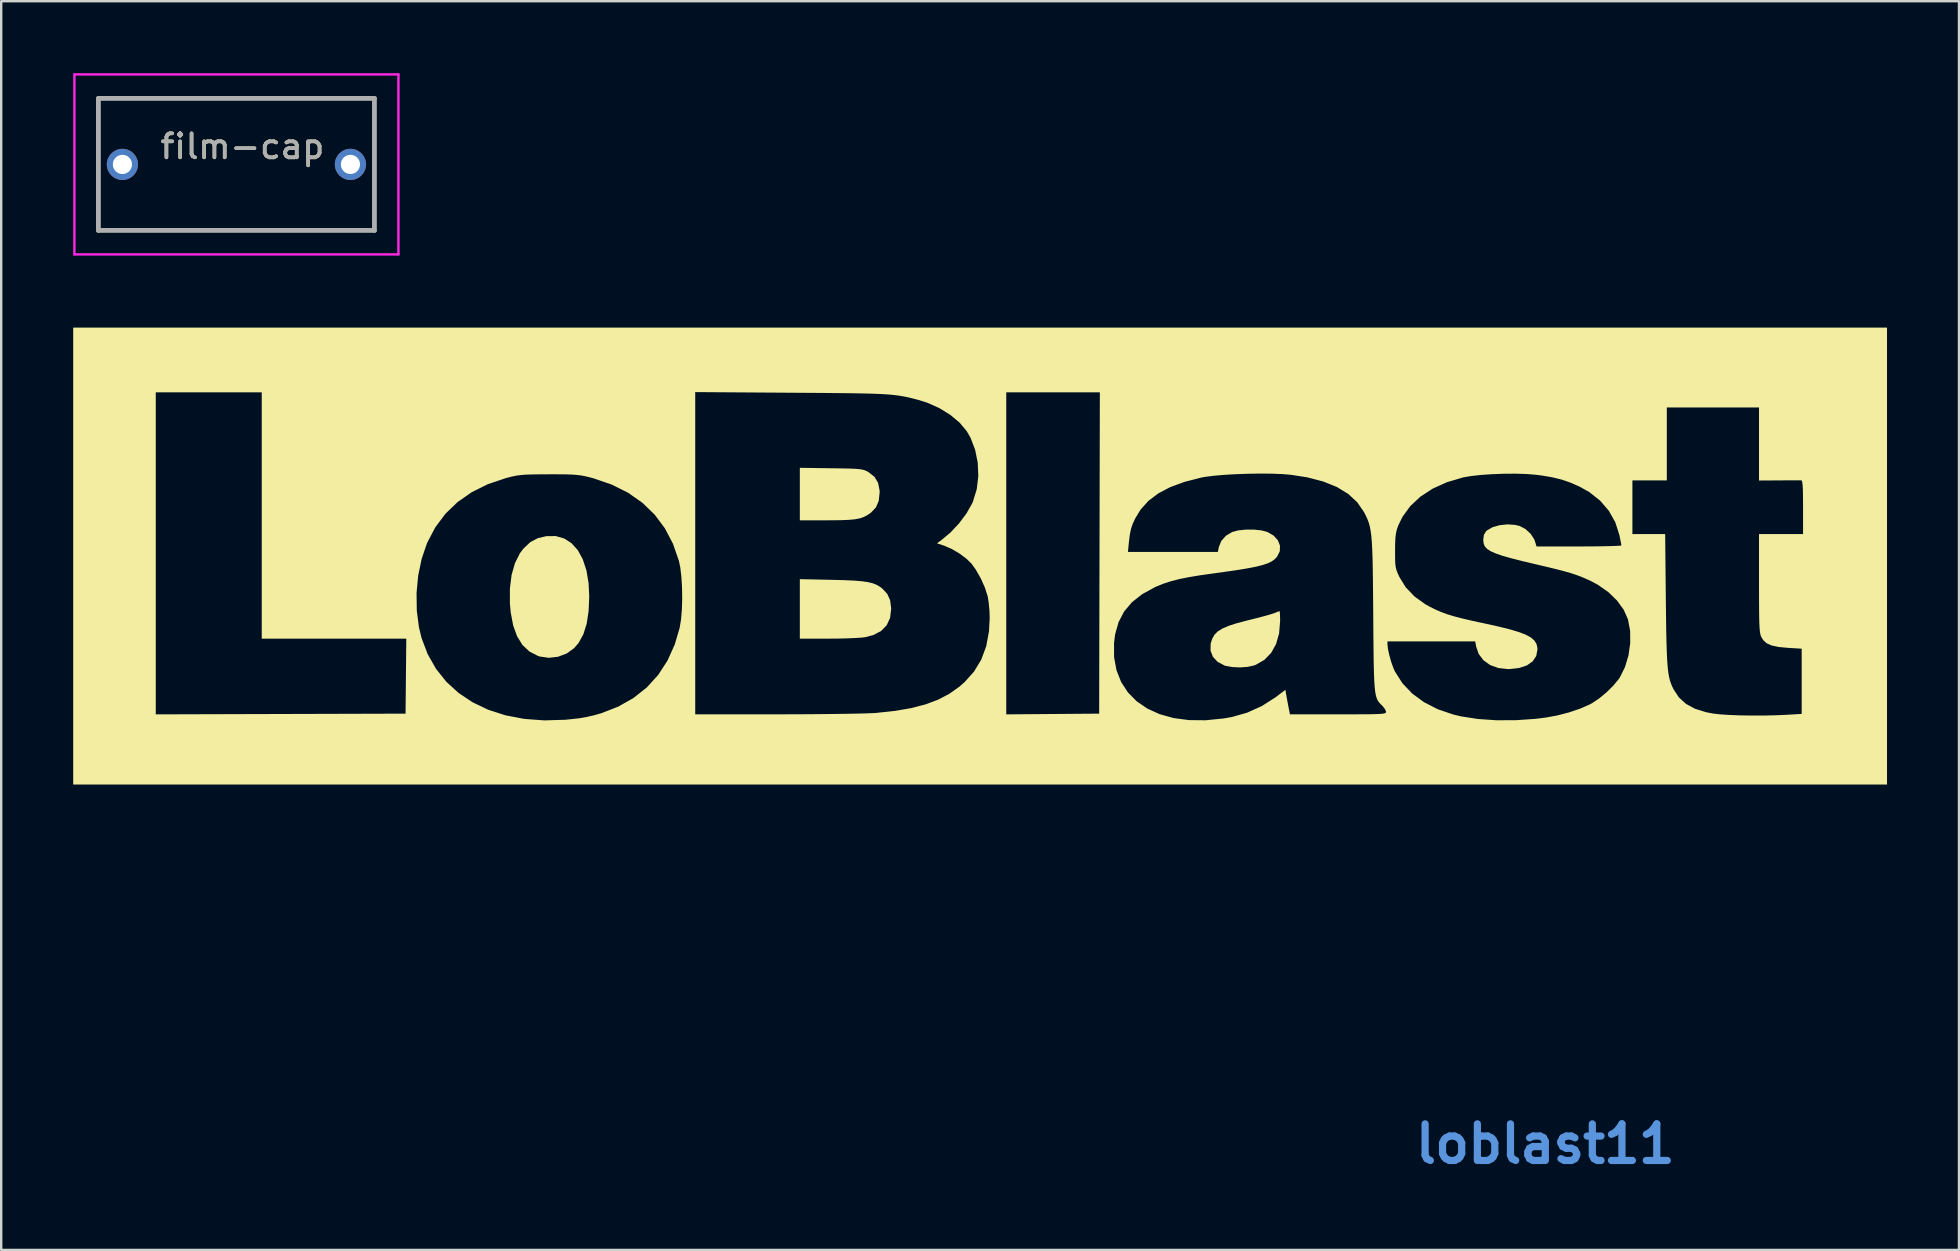
<source format=kicad_pcb>
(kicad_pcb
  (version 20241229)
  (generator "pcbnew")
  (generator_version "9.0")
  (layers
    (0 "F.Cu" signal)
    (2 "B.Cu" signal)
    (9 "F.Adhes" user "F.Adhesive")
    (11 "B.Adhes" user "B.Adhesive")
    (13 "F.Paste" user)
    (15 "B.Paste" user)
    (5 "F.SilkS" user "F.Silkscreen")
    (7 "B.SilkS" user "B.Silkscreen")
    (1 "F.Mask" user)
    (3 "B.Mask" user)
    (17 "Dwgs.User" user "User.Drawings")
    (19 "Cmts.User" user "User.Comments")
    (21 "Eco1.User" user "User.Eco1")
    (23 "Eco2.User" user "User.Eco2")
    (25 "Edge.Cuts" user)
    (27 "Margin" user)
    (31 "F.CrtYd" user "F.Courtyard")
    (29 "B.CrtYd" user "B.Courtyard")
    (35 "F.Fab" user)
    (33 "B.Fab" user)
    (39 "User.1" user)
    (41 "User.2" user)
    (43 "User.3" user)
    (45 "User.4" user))
  (footprint "film-cap"
    (layer "F.Cu")
    (at 7.05 3.55)
    (property "Reference" "film-cap" (at 0 -0.5 0) (unlocked yes) (layer "F.SilkS") (effects (font (size 1 1) (thickness 0.15))))
    (attr through_hole)
    (fp_line (start -6 -2.5) (end 5.5 -2.5) (stroke (width 0.1) (type solid)) (layer "F.SilkS"))
    (fp_line (start -6 3) (end -6 -2.5) (stroke (width 0.1) (type solid)) (layer "F.SilkS"))
    (fp_line (start 5.5 -2.5) (end 5.5 3) (stroke (width 0.1) (type solid)) (layer "F.SilkS"))
    (fp_line (start 5.5 3) (end -6 3) (stroke (width 0.1) (type solid)) (layer "F.SilkS"))
    (fp_line (start -7 -3.5) (end 6.5 -3.5) (stroke (width 0.1) (type solid)) (layer "F.CrtYd"))
    (fp_line (start -7 4) (end -7 -3.5) (stroke (width 0.1) (type solid)) (layer "F.CrtYd"))
    (fp_line (start 6.5 -3.5) (end 6.5 4) (stroke (width 0.1) (type solid)) (layer "F.CrtYd"))
    (fp_line (start 6.5 4) (end -7 4) (stroke (width 0.1) (type solid)) (layer "F.CrtYd"))
    (fp_line (start -6 -2.5) (end 5.5 -2.5) (stroke (width 0.2) (type solid)) (layer "F.Fab"))
    (fp_line (start -6 3) (end -6 -2.5) (stroke (width 0.2) (type solid)) (layer "F.Fab"))
    (fp_line (start 5.5 -2.5) (end 5.5 3) (stroke (width 0.2) (type solid)) (layer "F.Fab"))
    (fp_line (start 5.5 3) (end -6 3) (stroke (width 0.2) (type solid)) (layer "F.Fab"))
    (fp_text user "${REFERENCE}" (at 0 -0.5 0) (unlocked yes) (layer "F.Fab") (effects (font (size 1 1) (thickness 0.15))))
    (pad "1" thru_hole circle (at -5 0.25) (size 1.3 1.3) (drill 0.8) (layers "*.Cu" "*.Mask"))
    (pad "2" thru_hole circle (at 4.5 0.25) (size 1.3 1.3) (drill 0.8) (layers "*.Cu" "*.Mask")))
  (footprint "loblast11"
    (layer "F.Cu")
    (at 39.333 21.609)
    (property "Reference" "loblast11" (at 22 23 0) (layer "Cmts.User") (effects (font (size 1.524 1.524) (thickness 0.3))))
    (attr board_only exclude_from_pos_files exclude_from_bom)
    (fp_poly (pts (xy -7.726 -0.501) (xy -7.215 -0.488) (xy -6.803 -0.469) (xy -6.475 -0.442) (xy -6.217 -0.405) (xy -6.014 -0.355) (xy -5.85 -0.289) (xy -5.71 -0.205) (xy -5.62 -0.135) (xy -5.415 0.087) (xy -5.297 0.348) (xy -5.255 0.674) (xy -5.254 0.718) (xy -5.3 1.088) (xy -5.44 1.392) (xy -5.672 1.629) (xy -5.998 1.799) (xy -6.332 1.888) (xy -6.495 1.907) (xy -6.748 1.923) (xy -7.069 1.937) (xy -7.432 1.946) (xy -7.815 1.949) (xy -7.866 1.949) (xy -9.059 1.949) (xy -9.059 -0.529)) (stroke (width 0) (type solid)) (fill yes) (layer "F.SilkS"))
    (fp_poly (pts (xy -7.755 -5.15) (xy -7.334 -5.144) (xy -7.012 -5.137) (xy -6.77 -5.128) (xy -6.594 -5.115) (xy -6.465 -5.096) (xy -6.367 -5.07) (xy -6.284 -5.035) (xy -6.199 -4.989) (xy -6.198 -4.988) (xy -5.95 -4.794) (xy -5.798 -4.542) (xy -5.736 -4.223) (xy -5.734 -4.142) (xy -5.771 -3.793) (xy -5.889 -3.518) (xy -6.09 -3.306) (xy -6.238 -3.202) (xy -6.387 -3.122) (xy -6.554 -3.064) (xy -6.759 -3.024) (xy -7.018 -3) (xy -7.351 -2.986) (xy -7.775 -2.982) (xy -7.92 -2.981) (xy -9.059 -2.981) (xy -9.059 -5.168)) (stroke (width 0) (type solid)) (fill yes) (layer "F.SilkS"))
    (fp_poly (pts (xy -18.875 -2.223) (xy -18.567 -2.024) (xy -18.308 -1.734) (xy -18.102 -1.356) (xy -17.951 -0.897) (xy -17.86 -0.362) (xy -17.833 0.196) (xy -17.86 0.812) (xy -17.941 1.334) (xy -18.078 1.768) (xy -18.273 2.123) (xy -18.463 2.345) (xy -18.77 2.567) (xy -19.13 2.703) (xy -19.514 2.748) (xy -19.891 2.695) (xy -19.967 2.67) (xy -20.322 2.488) (xy -20.612 2.217) (xy -20.838 1.855) (xy -21.003 1.399) (xy -21.106 0.849) (xy -21.138 0.487) (xy -21.139 -0.141) (xy -21.068 -0.707) (xy -20.926 -1.201) (xy -20.717 -1.615) (xy -20.568 -1.81) (xy -20.288 -2.071) (xy -19.978 -2.236) (xy -19.618 -2.321) (xy -19.226 -2.324)) (stroke (width 0) (type solid)) (fill yes) (layer "F.SilkS"))
    (fp_poly (pts (xy 10.94 0.855) (xy 10.948 0.994) (xy 10.951 1.191) (xy 10.951 1.222) (xy 10.909 1.732) (xy 10.783 2.174) (xy 10.578 2.542) (xy 10.297 2.832) (xy 9.944 3.036) (xy 9.865 3.066) (xy 9.604 3.125) (xy 9.286 3.148) (xy 8.964 3.134) (xy 8.687 3.085) (xy 8.634 3.068) (xy 8.346 2.916) (xy 8.15 2.704) (xy 8.052 2.447) (xy 8.057 2.157) (xy 8.126 1.944) (xy 8.218 1.785) (xy 8.353 1.649) (xy 8.545 1.529) (xy 8.806 1.416) (xy 9.152 1.305) (xy 9.596 1.188) (xy 9.666 1.171) (xy 9.98 1.093) (xy 10.27 1.017) (xy 10.509 0.95) (xy 10.672 0.899) (xy 10.712 0.885) (xy 10.845 0.831) (xy 10.924 0.804) (xy 10.93 0.803)) (stroke (width 0) (type solid)) (fill yes) (layer "F.SilkS"))
    (fp_poly (pts (xy 36.237 8.027) (xy -39.333 8.027) (xy -39.333 5.104) (xy -35.893 5.104) (xy -30.689 5.089) (xy -25.486 5.074) (xy -25.471 3.512) (xy -25.455 1.949) (xy -31.478 1.949) (xy -31.478 0.052) (xy -25.028 0.052) (xy -25.018 0.779) (xy -24.928 1.477) (xy -24.82 1.921) (xy -24.563 2.598) (xy -24.216 3.208) (xy -23.786 3.747) (xy -23.276 4.212) (xy -22.691 4.602) (xy -22.037 4.914) (xy -21.319 5.145) (xy -20.54 5.293) (xy -19.707 5.355) (xy -18.824 5.329) (xy -18.233 5.265) (xy -17.955 5.216) (xy -17.637 5.143) (xy -17.497 5.104) (xy -0.459 5.104) (xy 1.476 5.089) (xy 3.412 5.074) (xy 3.418 2.125) (xy 4.032 2.125) (xy 4.034 2.723) (xy 4.135 3.268) (xy 4.329 3.758) (xy 4.61 4.189) (xy 4.975 4.558) (xy 5.416 4.861) (xy 5.929 5.095) (xy 6.508 5.257) (xy 7.149 5.343) (xy 7.846 5.35) (xy 8.593 5.275) (xy 8.939 5.215) (xy 9.574 5.035) (xy 10.193 4.756) (xy 10.767 4.389) (xy 10.788 4.373) (xy 11.17 4.083) (xy 11.206 4.292) (xy 11.239 4.476) (xy 11.282 4.701) (xy 11.301 4.802) (xy 11.361 5.103) (xy 13.363 5.103) (xy 13.896 5.103) (xy 14.325 5.101) (xy 14.661 5.099) (xy 14.916 5.094) (xy 15.102 5.086) (xy 15.228 5.076) (xy 15.306 5.061) (xy 15.348 5.042) (xy 15.364 5.018) (xy 15.366 4.999) (xy 15.327 4.895) (xy 15.229 4.766) (xy 15.195 4.731) (xy 15.125 4.662) (xy 15.065 4.595) (xy 15.015 4.519) (xy 14.973 4.425) (xy 14.939 4.305) (xy 14.911 4.148) (xy 14.89 3.946) (xy 14.873 3.689) (xy 14.861 3.368) (xy 14.851 2.973) (xy 14.844 2.496) (xy 14.84 2.064) (xy 15.423 2.064) (xy 15.424 2.193) (xy 15.447 2.393) (xy 15.505 2.655) (xy 15.585 2.935) (xy 15.678 3.191) (xy 15.734 3.316) (xy 16.044 3.803) (xy 16.449 4.231) (xy 16.942 4.594) (xy 17.517 4.889) (xy 18.167 5.111) (xy 18.491 5.188) (xy 19.185 5.296) (xy 19.95 5.349) (xy 20.758 5.348) (xy 21.578 5.292) (xy 22.017 5.238) (xy 22.507 5.148) (xy 23 5.019) (xy 23.459 4.863) (xy 23.85 4.691) (xy 23.954 4.635) (xy 24.248 4.438) (xy 24.552 4.185) (xy 24.833 3.908) (xy 25.055 3.639) (xy 25.104 3.568) (xy 25.319 3.137) (xy 25.466 2.646) (xy 25.539 2.13) (xy 25.534 1.62) (xy 25.445 1.151) (xy 25.442 1.141) (xy 25.266 0.744) (xy 24.989 0.362) (xy 24.628 0.012) (xy 24.198 -0.29) (xy 23.93 -0.435) (xy 23.71 -0.538) (xy 23.5 -0.627) (xy 23.284 -0.708) (xy 23.042 -0.787) (xy 22.756 -0.868) (xy 22.409 -0.957) (xy 21.981 -1.061) (xy 21.608 -1.148) (xy 21.047 -1.281) (xy 20.588 -1.398) (xy 20.222 -1.501) (xy 19.938 -1.598) (xy 19.728 -1.691) (xy 19.581 -1.785) (xy 19.486 -1.886) (xy 19.435 -1.998) (xy 19.417 -2.126) (xy 19.416 -2.184) (xy 19.443 -2.377) (xy 19.524 -2.513) (xy 19.573 -2.56) (xy 19.798 -2.692) (xy 20.093 -2.777) (xy 20.421 -2.812) (xy 20.744 -2.79) (xy 20.934 -2.744) (xy 21.176 -2.616) (xy 21.39 -2.418) (xy 21.54 -2.187) (xy 21.569 -2.109) (xy 21.634 -1.892) (xy 23.402 -1.892) (xy 23.839 -1.893) (xy 24.237 -1.897) (xy 24.582 -1.903) (xy 24.859 -1.911) (xy 25.056 -1.92) (xy 25.158 -1.93) (xy 25.17 -1.935) (xy 25.158 -2.009) (xy 25.128 -2.162) (xy 25.087 -2.362) (xy 25.086 -2.366) (xy 25.073 -2.408) (xy 25.629 -2.408) (xy 26.994 -2.408) (xy 27.022 0.33) (xy 27.03 1.022) (xy 27.038 1.609) (xy 27.049 2.104) (xy 27.062 2.516) (xy 27.078 2.856) (xy 27.099 3.134) (xy 27.125 3.362) (xy 27.158 3.55) (xy 27.198 3.708) (xy 27.247 3.848) (xy 27.304 3.98) (xy 27.346 4.064) (xy 27.569 4.401) (xy 27.864 4.668) (xy 28.238 4.871) (xy 28.702 5.015) (xy 28.996 5.071) (xy 29.286 5.104) (xy 29.666 5.129) (xy 30.111 5.146) (xy 30.598 5.154) (xy 31.1 5.153) (xy 31.595 5.142) (xy 32.037 5.123) (xy 32.682 5.085) (xy 32.682 2.368) (xy 32.103 2.333) (xy 31.72 2.296) (xy 31.434 2.236) (xy 31.227 2.144) (xy 31.081 2.013) (xy 31.005 1.892) (xy 30.978 1.829) (xy 30.957 1.75) (xy 30.94 1.643) (xy 30.927 1.496) (xy 30.917 1.297) (xy 30.911 1.033) (xy 30.907 0.693) (xy 30.905 0.264) (xy 30.904 -0.265) (xy 30.904 -0.358) (xy 30.904 -2.408) (xy 32.739 -2.408) (xy 32.739 -3.526) (xy 32.737 -3.932) (xy 32.732 -4.234) (xy 32.721 -4.445) (xy 32.705 -4.576) (xy 32.683 -4.638) (xy 32.667 -4.647) (xy 32.587 -4.648) (xy 32.414 -4.647) (xy 32.171 -4.647) (xy 31.881 -4.645) (xy 31.75 -4.644) (xy 30.904 -4.639) (xy 30.904 -7.683) (xy 27.063 -7.683) (xy 27.063 -4.644) (xy 25.629 -4.644) (xy 25.629 -2.408) (xy 25.073 -2.408) (xy 24.917 -2.898) (xy 24.647 -3.378) (xy 24.283 -3.801) (xy 23.83 -4.159) (xy 23.43 -4.383) (xy 23.05 -4.55) (xy 22.684 -4.677) (xy 22.294 -4.773) (xy 21.845 -4.848) (xy 21.591 -4.88) (xy 21.21 -4.91) (xy 20.764 -4.924) (xy 20.282 -4.921) (xy 19.794 -4.903) (xy 19.329 -4.872) (xy 18.918 -4.827) (xy 18.59 -4.771) (xy 18.572 -4.767) (xy 17.9 -4.568) (xy 17.307 -4.3) (xy 16.797 -3.967) (xy 16.376 -3.574) (xy 16.049 -3.124) (xy 15.873 -2.763) (xy 15.816 -2.602) (xy 15.778 -2.44) (xy 15.755 -2.249) (xy 15.744 -1.997) (xy 15.741 -1.72) (xy 15.742 -1.417) (xy 15.748 -1.199) (xy 15.767 -1.037) (xy 15.801 -0.899) (xy 15.857 -0.757) (xy 15.924 -0.613) (xy 16.187 -0.188) (xy 16.55 0.192) (xy 17.004 0.518) (xy 17.189 0.62) (xy 17.426 0.738) (xy 17.659 0.839) (xy 17.907 0.931) (xy 18.189 1.017) (xy 18.525 1.105) (xy 18.933 1.201) (xy 19.434 1.309) (xy 19.486 1.32) (xy 20.059 1.447) (xy 20.528 1.563) (xy 20.901 1.675) (xy 21.189 1.786) (xy 21.4 1.902) (xy 21.545 2.027) (xy 21.631 2.165) (xy 21.669 2.321) (xy 21.673 2.401) (xy 21.622 2.674) (xy 21.472 2.897) (xy 21.232 3.065) (xy 20.907 3.173) (xy 20.505 3.217) (xy 20.453 3.218) (xy 20.049 3.175) (xy 19.701 3.049) (xy 19.422 2.849) (xy 19.223 2.584) (xy 19.119 2.279) (xy 19.08 2.064) (xy 15.423 2.064) (xy 14.84 2.064) (xy 14.838 1.926) (xy 14.833 1.255) (xy 14.831 0.946) (xy 14.825 0.212) (xy 14.819 -0.417) (xy 14.812 -0.951) (xy 14.802 -1.401) (xy 14.789 -1.776) (xy 14.772 -2.086) (xy 14.75 -2.343) (xy 14.721 -2.554) (xy 14.687 -2.731) (xy 14.644 -2.884) (xy 14.592 -3.022) (xy 14.531 -3.156) (xy 14.46 -3.296) (xy 14.442 -3.33) (xy 14.163 -3.734) (xy 13.789 -4.08) (xy 13.319 -4.368) (xy 12.752 -4.597) (xy 12.087 -4.77) (xy 11.404 -4.877) (xy 11.042 -4.907) (xy 10.605 -4.924) (xy 10.119 -4.928) (xy 9.608 -4.92) (xy 9.097 -4.902) (xy 8.612 -4.874) (xy 8.178 -4.836) (xy 7.819 -4.79) (xy 7.665 -4.761) (xy 6.967 -4.582) (xy 6.372 -4.363) (xy 5.874 -4.101) (xy 5.465 -3.791) (xy 5.141 -3.431) (xy 4.918 -3.066) (xy 4.811 -2.835) (xy 4.74 -2.625) (xy 4.691 -2.392) (xy 4.653 -2.093) (xy 4.649 -2.05) (xy 4.611 -1.663) (xy 8.358 -1.663) (xy 8.396 -1.862) (xy 8.5 -2.121) (xy 8.697 -2.341) (xy 8.959 -2.495) (xy 9.205 -2.561) (xy 9.518 -2.593) (xy 9.853 -2.594) (xy 10.167 -2.562) (xy 10.415 -2.498) (xy 10.421 -2.495) (xy 10.682 -2.344) (xy 10.86 -2.146) (xy 10.947 -1.922) (xy 10.937 -1.688) (xy 10.824 -1.464) (xy 10.808 -1.444) (xy 10.711 -1.347) (xy 10.588 -1.262) (xy 10.427 -1.186) (xy 10.216 -1.116) (xy 9.945 -1.048) (xy 9.602 -0.981) (xy 9.176 -0.91) (xy 8.656 -0.835) (xy 8.199 -0.772) (xy 7.623 -0.691) (xy 7.143 -0.611) (xy 6.74 -0.53) (xy 6.396 -0.441) (xy 6.09 -0.341) (xy 5.805 -0.225) (xy 5.737 -0.195) (xy 5.208 0.095) (xy 4.781 0.43) (xy 4.454 0.816) (xy 4.221 1.26) (xy 4.078 1.767) (xy 4.032 2.125) (xy 3.418 2.125) (xy 3.441 -8.314) (xy -0.459 -8.314) (xy -0.459 5.104) (xy -17.497 5.104) (xy -17.348 5.063) (xy -17.344 5.062) (xy -16.626 4.782) (xy -15.989 4.422) (xy -15.433 3.981) (xy -14.961 3.462) (xy -14.573 2.865) (xy -14.27 2.191) (xy -14.067 1.503) (xy -14.01 1.161) (xy -13.974 0.744) (xy -13.96 0.285) (xy -13.967 -0.184) (xy -13.994 -0.631) (xy -14.041 -1.025) (xy -14.097 -1.29) (xy -14.345 -2.006) (xy -14.682 -2.648) (xy -15.106 -3.216) (xy -15.615 -3.709) (xy -16.211 -4.127) (xy -16.89 -4.467) (xy -17.653 -4.73) (xy -17.814 -4.773) (xy -18 -4.817) (xy -18.175 -4.85) (xy -18.362 -4.873) (xy -18.581 -4.888) (xy -18.854 -4.896) (xy -19.205 -4.898) (xy -19.523 -4.898) (xy -19.935 -4.896) (xy -20.254 -4.891) (xy -20.503 -4.882) (xy -20.705 -4.865) (xy -20.882 -4.84) (xy -21.056 -4.804) (xy -21.249 -4.754) (xy -21.3 -4.741) (xy -22.055 -4.487) (xy -22.728 -4.153) (xy -23.319 -3.741) (xy -23.826 -3.252) (xy -24.248 -2.686) (xy -24.585 -2.045) (xy -24.596 -2.017) (xy -24.815 -1.376) (xy -24.96 -0.677) (xy -25.028 0.052) (xy -31.478 0.052) (xy -31.478 -8.314) (xy -35.893 -8.314) (xy -35.893 5.104) (xy -39.333 5.104) (xy -39.333 -8.323) (xy -13.417 -8.323) (xy -13.417 5.103) (xy -9.991 5.102) (xy -9.35 5.101) (xy -8.725 5.098) (xy -8.128 5.093) (xy -7.572 5.087) (xy -7.07 5.08) (xy -6.634 5.072) (xy -6.278 5.062) (xy -6.013 5.052) (xy -5.879 5.044) (xy -5.098 4.96) (xy -4.416 4.843) (xy -3.82 4.688) (xy -3.297 4.492) (xy -2.834 4.25) (xy -2.419 3.956) (xy -2.198 3.764) (xy -1.803 3.324) (xy -1.502 2.827) (xy -1.294 2.269) (xy -1.178 1.645) (xy -1.149 1.089) (xy -1.158 0.796) (xy -1.185 0.495) (xy -1.222 0.239) (xy -1.235 0.178) (xy -1.349 -0.179) (xy -1.522 -0.565) (xy -1.729 -0.928) (xy -1.904 -1.172) (xy -2.119 -1.383) (xy -2.406 -1.596) (xy -2.723 -1.783) (xy -3.032 -1.918) (xy -3.052 -1.925) (xy -3.345 -2.023) (xy -3.178 -2.143) (xy -2.791 -2.464) (xy -2.429 -2.848) (xy -2.118 -3.264) (xy -1.883 -3.678) (xy -1.846 -3.762) (xy -1.689 -4.273) (xy -1.623 -4.82) (xy -1.646 -5.377) (xy -1.755 -5.919) (xy -1.947 -6.42) (xy -2.105 -6.694) (xy -2.4 -7.048) (xy -2.788 -7.373) (xy -3.247 -7.656) (xy -3.757 -7.883) (xy -4.132 -8) (xy -4.327 -8.051) (xy -4.507 -8.095) (xy -4.68 -8.132) (xy -4.857 -8.164) (xy -5.046 -8.191) (xy -5.257 -8.214) (xy -5.501 -8.232) (xy -5.786 -8.247) (xy -6.122 -8.259) (xy -6.519 -8.268) (xy -6.986 -8.276) (xy -7.533 -8.282) (xy -8.17 -8.288) (xy -8.906 -8.293) (xy -9.417 -8.296) (xy -13.417 -8.323) (xy -39.333 -8.323) (xy -39.333 -11.009) (xy 36.237 -11.009)) (stroke (width 0) (type solid)) (fill yes) (layer "F.SilkS")))
  (gr_rect
    (start -3 -3)
    (end 78.569 49.027)
    (stroke (width 0.1) (type default))
    (fill no)
    (layer "Edge.Cuts")))
</source>
